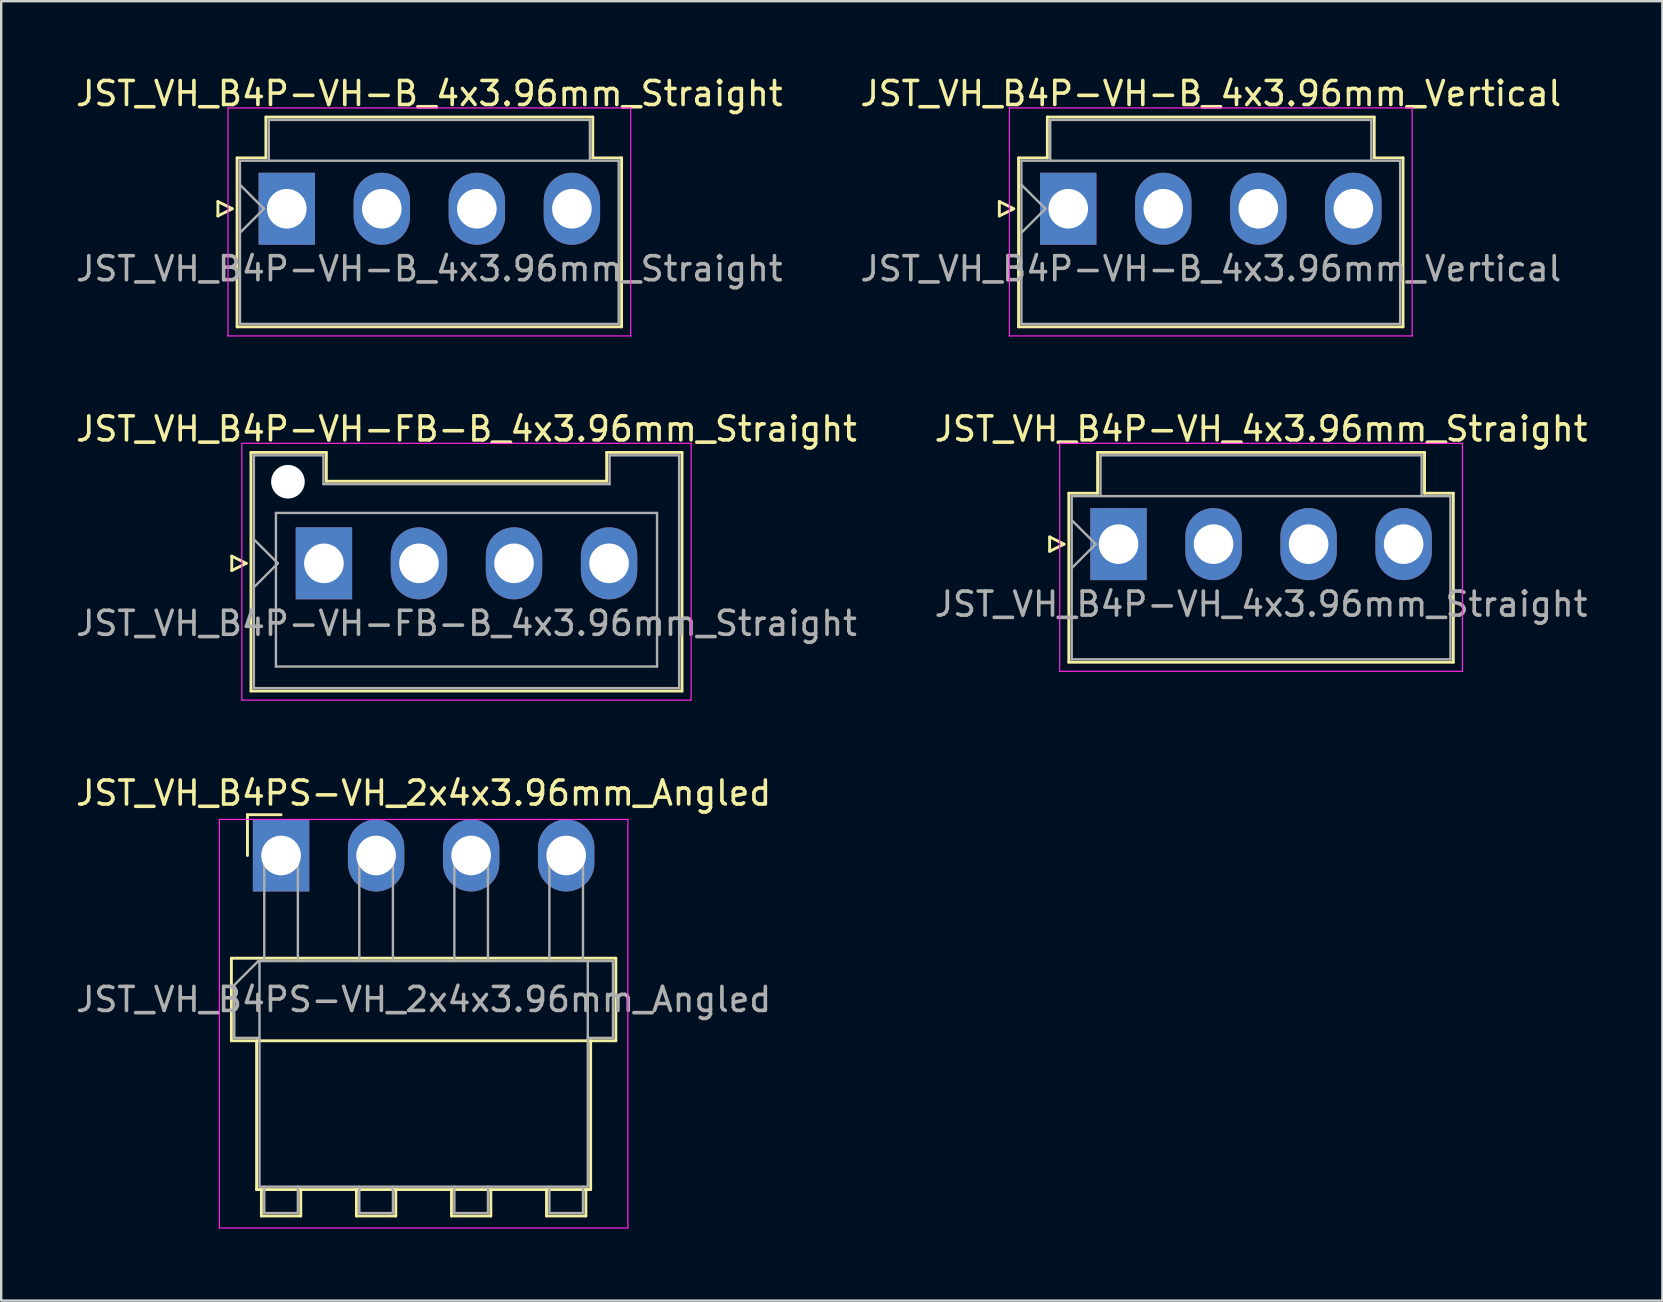
<source format=kicad_pcb>
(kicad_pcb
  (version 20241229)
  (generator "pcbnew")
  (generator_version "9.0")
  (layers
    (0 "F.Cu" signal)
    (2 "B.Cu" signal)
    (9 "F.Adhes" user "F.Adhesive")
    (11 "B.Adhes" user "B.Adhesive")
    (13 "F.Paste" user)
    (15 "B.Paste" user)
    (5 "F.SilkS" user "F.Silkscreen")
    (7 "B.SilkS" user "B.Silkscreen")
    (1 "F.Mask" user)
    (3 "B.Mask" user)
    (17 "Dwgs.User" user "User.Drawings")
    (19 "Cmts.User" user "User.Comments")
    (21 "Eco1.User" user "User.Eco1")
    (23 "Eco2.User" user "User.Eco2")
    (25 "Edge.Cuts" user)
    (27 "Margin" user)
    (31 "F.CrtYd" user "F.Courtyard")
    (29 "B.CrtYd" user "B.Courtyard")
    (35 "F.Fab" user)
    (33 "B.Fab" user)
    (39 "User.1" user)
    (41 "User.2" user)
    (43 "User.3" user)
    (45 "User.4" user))
  (footprint "JST_VH_B4P-VH-B_4x3.96mm_Straight"
    (layer "F.Cu")
    (at 8.899 5.648)
    (property "Reference" "JST_VH_B4P-VH-B_4x3.96mm_Straight" (at 5.94 -4.8 0) (layer "F.SilkS") (effects (font (size 1 1) (thickness 0.15))))
    (attr through_hole)
    (fp_line (start -2.87 -0.3) (end -2.27 0) (stroke (width 0.12) (type solid)) (layer "F.SilkS"))
    (fp_line (start -2.87 0.3) (end -2.87 -0.3) (stroke (width 0.12) (type solid)) (layer "F.SilkS"))
    (fp_line (start -2.27 0) (end -2.87 0.3) (stroke (width 0.12) (type solid)) (layer "F.SilkS"))
    (fp_line (start -2.07 -2.12) (end -0.87 -2.12) (stroke (width 0.12) (type solid)) (layer "F.SilkS"))
    (fp_line (start -2.07 4.92) (end -2.07 -2.12) (stroke (width 0.12) (type solid)) (layer "F.SilkS"))
    (fp_line (start -0.87 -3.82) (end 12.75 -3.82) (stroke (width 0.12) (type solid)) (layer "F.SilkS"))
    (fp_line (start -0.87 -2.12) (end -0.87 -3.82) (stroke (width 0.12) (type solid)) (layer "F.SilkS"))
    (fp_line (start 12.75 -3.82) (end 12.75 -2.12) (stroke (width 0.12) (type solid)) (layer "F.SilkS"))
    (fp_line (start 12.75 -2.12) (end 13.95 -2.12) (stroke (width 0.12) (type solid)) (layer "F.SilkS"))
    (fp_line (start 13.95 -2.12) (end 13.95 4.92) (stroke (width 0.12) (type solid)) (layer "F.SilkS"))
    (fp_line (start 13.95 4.92) (end -2.07 4.92) (stroke (width 0.12) (type solid)) (layer "F.SilkS"))
    (fp_line (start -2.45 -4.2) (end -2.45 5.3) (stroke (width 0.05) (type solid)) (layer "F.CrtYd"))
    (fp_line (start -2.45 5.3) (end 14.33 5.3) (stroke (width 0.05) (type solid)) (layer "F.CrtYd"))
    (fp_line (start 14.33 -4.2) (end -2.45 -4.2) (stroke (width 0.05) (type solid)) (layer "F.CrtYd"))
    (fp_line (start 14.33 5.3) (end 14.33 -4.2) (stroke (width 0.05) (type solid)) (layer "F.CrtYd"))
    (fp_line (start -1.95 -2) (end -1.95 4.8) (stroke (width 0.1) (type solid)) (layer "F.Fab"))
    (fp_line (start -1.95 -1) (end -0.95 0) (stroke (width 0.1) (type solid)) (layer "F.Fab"))
    (fp_line (start -1.95 1) (end -0.95 0) (stroke (width 0.1) (type solid)) (layer "F.Fab"))
    (fp_line (start -1.95 4.8) (end 13.83 4.8) (stroke (width 0.1) (type solid)) (layer "F.Fab"))
    (fp_line (start -0.75 -3.7) (end 12.63 -3.7) (stroke (width 0.1) (type solid)) (layer "F.Fab"))
    (fp_line (start -0.75 -2) (end -0.75 -3.7) (stroke (width 0.1) (type solid)) (layer "F.Fab"))
    (fp_line (start 12.63 -3.7) (end 12.63 -2) (stroke (width 0.1) (type solid)) (layer "F.Fab"))
    (fp_line (start 13.83 -2) (end -1.95 -2) (stroke (width 0.1) (type solid)) (layer "F.Fab"))
    (fp_line (start 13.83 4.8) (end 13.83 -2) (stroke (width 0.1) (type solid)) (layer "F.Fab"))
    (fp_text user "${REFERENCE}" (at 5.94 2.5 0) (layer "F.Fab") (effects (font (size 1 1) (thickness 0.15))))
    (pad "1" thru_hole rect (at 0 0) (size 2.35 3) (drill 1.65) (layers "*.Cu" "*.Mask"))
    (pad "2" thru_hole oval (at 3.96 0) (size 2.35 3) (drill 1.65) (layers "*.Cu" "*.Mask"))
    (pad "3" thru_hole oval (at 7.92 0) (size 2.35 3) (drill 1.65) (layers "*.Cu" "*.Mask"))
    (pad "4" thru_hole oval (at 11.88 0) (size 2.35 3) (drill 1.65) (layers "*.Cu" "*.Mask")))
  (footprint "JST_VH_B4PS-VH_2x4x3.96mm_Angled"
    (layer "F.Cu")
    (at 8.661 32.595)
    (property "Reference" "JST_VH_B4PS-VH_2x4x3.96mm_Angled" (at 5.94 -2.6 0) (layer "F.SilkS") (effects (font (size 1 1) (thickness 0.15))))
    (attr through_hole)
    (fp_line (start -2.07 4.28) (end -2.07 7.72) (stroke (width 0.12) (type solid)) (layer "F.SilkS"))
    (fp_line (start -2.07 7.72) (end 13.95 7.72) (stroke (width 0.12) (type solid)) (layer "F.SilkS"))
    (fp_line (start -1.4 -1.7) (end -1.4 0) (stroke (width 0.12) (type solid)) (layer "F.SilkS"))
    (fp_line (start -1.02 7.72) (end -1.02 13.92) (stroke (width 0.12) (type solid)) (layer "F.SilkS"))
    (fp_line (start -1.02 13.92) (end 12.9 13.92) (stroke (width 0.12) (type solid)) (layer "F.SilkS"))
    (fp_line (start -0.82 13.92) (end -0.82 15.02) (stroke (width 0.12) (type solid)) (layer "F.SilkS"))
    (fp_line (start -0.82 15.02) (end 0.82 15.02) (stroke (width 0.12) (type solid)) (layer "F.SilkS"))
    (fp_line (start 0 -1.7) (end -1.4 -1.7) (stroke (width 0.12) (type solid)) (layer "F.SilkS"))
    (fp_line (start 0.82 15.02) (end 0.82 13.92) (stroke (width 0.12) (type solid)) (layer "F.SilkS"))
    (fp_line (start 3.14 13.92) (end 3.14 15.02) (stroke (width 0.12) (type solid)) (layer "F.SilkS"))
    (fp_line (start 3.14 15.02) (end 4.78 15.02) (stroke (width 0.12) (type solid)) (layer "F.SilkS"))
    (fp_line (start 4.78 15.02) (end 4.78 13.92) (stroke (width 0.12) (type solid)) (layer "F.SilkS"))
    (fp_line (start 7.1 13.92) (end 7.1 15.02) (stroke (width 0.12) (type solid)) (layer "F.SilkS"))
    (fp_line (start 7.1 15.02) (end 8.74 15.02) (stroke (width 0.12) (type solid)) (layer "F.SilkS"))
    (fp_line (start 8.74 15.02) (end 8.74 13.92) (stroke (width 0.12) (type solid)) (layer "F.SilkS"))
    (fp_line (start 11.06 13.92) (end 11.06 15.02) (stroke (width 0.12) (type solid)) (layer "F.SilkS"))
    (fp_line (start 11.06 15.02) (end 12.7 15.02) (stroke (width 0.12) (type solid)) (layer "F.SilkS"))
    (fp_line (start 12.7 15.02) (end 12.7 13.92) (stroke (width 0.12) (type solid)) (layer "F.SilkS"))
    (fp_line (start 12.9 13.92) (end 12.9 7.72) (stroke (width 0.12) (type solid)) (layer "F.SilkS"))
    (fp_line (start 13.95 4.28) (end -2.07 4.28) (stroke (width 0.12) (type solid)) (layer "F.SilkS"))
    (fp_line (start 13.95 7.72) (end 13.95 4.28) (stroke (width 0.12) (type solid)) (layer "F.SilkS"))
    (fp_line (start -2.57 -1.5) (end -2.57 15.52) (stroke (width 0.05) (type solid)) (layer "F.CrtYd"))
    (fp_line (start -2.57 15.52) (end 14.45 15.52) (stroke (width 0.05) (type solid)) (layer "F.CrtYd"))
    (fp_line (start 14.45 -1.5) (end -2.57 -1.5) (stroke (width 0.05) (type solid)) (layer "F.CrtYd"))
    (fp_line (start 14.45 15.52) (end 14.45 -1.5) (stroke (width 0.05) (type solid)) (layer "F.CrtYd"))
    (fp_line (start -1.95 5.4) (end -0.95 4.4) (stroke (width 0.1) (type solid)) (layer "F.Fab"))
    (fp_line (start -1.95 7.6) (end -1.95 5.4) (stroke (width 0.1) (type solid)) (layer "F.Fab"))
    (fp_line (start -0.95 4.4) (end -0.9 4.4) (stroke (width 0.1) (type solid)) (layer "F.Fab"))
    (fp_line (start -0.9 4.4) (end -0.9 13.8) (stroke (width 0.1) (type solid)) (layer "F.Fab"))
    (fp_line (start -0.9 7.6) (end -1.95 7.6) (stroke (width 0.1) (type solid)) (layer "F.Fab"))
    (fp_line (start -0.9 13.8) (end 12.78 13.8) (stroke (width 0.1) (type solid)) (layer "F.Fab"))
    (fp_line (start -0.7 0) (end 0.7 0) (stroke (width 0.1) (type solid)) (layer "F.Fab"))
    (fp_line (start -0.7 4.4) (end -0.7 0) (stroke (width 0.1) (type solid)) (layer "F.Fab"))
    (fp_line (start -0.7 13.8) (end -0.7 14.9) (stroke (width 0.1) (type solid)) (layer "F.Fab"))
    (fp_line (start -0.7 14.9) (end 0.7 14.9) (stroke (width 0.1) (type solid)) (layer "F.Fab"))
    (fp_line (start 0.7 0) (end 0.7 4.4) (stroke (width 0.1) (type solid)) (layer "F.Fab"))
    (fp_line (start 0.7 14.9) (end 0.7 13.8) (stroke (width 0.1) (type solid)) (layer "F.Fab"))
    (fp_line (start 3.26 0) (end 4.66 0) (stroke (width 0.1) (type solid)) (layer "F.Fab"))
    (fp_line (start 3.26 4.4) (end 3.26 0) (stroke (width 0.1) (type solid)) (layer "F.Fab"))
    (fp_line (start 3.26 13.8) (end 3.26 14.9) (stroke (width 0.1) (type solid)) (layer "F.Fab"))
    (fp_line (start 3.26 14.9) (end 4.66 14.9) (stroke (width 0.1) (type solid)) (layer "F.Fab"))
    (fp_line (start 4.66 0) (end 4.66 4.4) (stroke (width 0.1) (type solid)) (layer "F.Fab"))
    (fp_line (start 4.66 14.9) (end 4.66 13.8) (stroke (width 0.1) (type solid)) (layer "F.Fab"))
    (fp_line (start 7.22 0) (end 8.62 0) (stroke (width 0.1) (type solid)) (layer "F.Fab"))
    (fp_line (start 7.22 4.4) (end 7.22 0) (stroke (width 0.1) (type solid)) (layer "F.Fab"))
    (fp_line (start 7.22 13.8) (end 7.22 14.9) (stroke (width 0.1) (type solid)) (layer "F.Fab"))
    (fp_line (start 7.22 14.9) (end 8.62 14.9) (stroke (width 0.1) (type solid)) (layer "F.Fab"))
    (fp_line (start 8.62 0) (end 8.62 4.4) (stroke (width 0.1) (type solid)) (layer "F.Fab"))
    (fp_line (start 8.62 14.9) (end 8.62 13.8) (stroke (width 0.1) (type solid)) (layer "F.Fab"))
    (fp_line (start 11.18 0) (end 12.58 0) (stroke (width 0.1) (type solid)) (layer "F.Fab"))
    (fp_line (start 11.18 4.4) (end 11.18 0) (stroke (width 0.1) (type solid)) (layer "F.Fab"))
    (fp_line (start 11.18 13.8) (end 11.18 14.9) (stroke (width 0.1) (type solid)) (layer "F.Fab"))
    (fp_line (start 11.18 14.9) (end 12.58 14.9) (stroke (width 0.1) (type solid)) (layer "F.Fab"))
    (fp_line (start 12.58 0) (end 12.58 4.4) (stroke (width 0.1) (type solid)) (layer "F.Fab"))
    (fp_line (start 12.58 14.9) (end 12.58 13.8) (stroke (width 0.1) (type solid)) (layer "F.Fab"))
    (fp_line (start 12.78 4.4) (end -0.9 4.4) (stroke (width 0.1) (type solid)) (layer "F.Fab"))
    (fp_line (start 12.78 4.4) (end 13.83 4.4) (stroke (width 0.1) (type solid)) (layer "F.Fab"))
    (fp_line (start 12.78 13.8) (end 12.78 4.4) (stroke (width 0.1) (type solid)) (layer "F.Fab"))
    (fp_line (start 13.83 4.4) (end 13.83 7.6) (stroke (width 0.1) (type solid)) (layer "F.Fab"))
    (fp_line (start 13.83 7.6) (end 12.78 7.6) (stroke (width 0.1) (type solid)) (layer "F.Fab"))
    (fp_text user "${REFERENCE}" (at 5.94 6 0) (layer "F.Fab") (effects (font (size 1 1) (thickness 0.15))))
    (pad "1" thru_hole rect (at 0 0) (size 2.35 3) (drill 1.65) (layers "*.Cu" "*.Mask"))
    (pad "2" thru_hole oval (at 3.96 0) (size 2.35 3) (drill 1.65) (layers "*.Cu" "*.Mask"))
    (pad "3" thru_hole oval (at 7.92 0) (size 2.35 3) (drill 1.65) (layers "*.Cu" "*.Mask"))
    (pad "4" thru_hole oval (at 11.88 0) (size 2.35 3) (drill 1.65) (layers "*.Cu" "*.Mask")))
  (footprint "JST_VH_B4P-VH_4x3.96mm_Straight"
    (layer "F.Cu")
    (at 43.554 19.622)
    (property "Reference" "JST_VH_B4P-VH_4x3.96mm_Straight" (at 5.94 -4.8 0) (layer "F.SilkS") (effects (font (size 1 1) (thickness 0.15))))
    (attr through_hole)
    (fp_line (start -2.87 -0.3) (end -2.27 0) (stroke (width 0.12) (type solid)) (layer "F.SilkS"))
    (fp_line (start -2.87 0.3) (end -2.87 -0.3) (stroke (width 0.12) (type solid)) (layer "F.SilkS"))
    (fp_line (start -2.27 0) (end -2.87 0.3) (stroke (width 0.12) (type solid)) (layer "F.SilkS"))
    (fp_line (start -2.07 -2.12) (end -0.87 -2.12) (stroke (width 0.12) (type solid)) (layer "F.SilkS"))
    (fp_line (start -2.07 4.92) (end -2.07 -2.12) (stroke (width 0.12) (type solid)) (layer "F.SilkS"))
    (fp_line (start -0.87 -3.82) (end 12.75 -3.82) (stroke (width 0.12) (type solid)) (layer "F.SilkS"))
    (fp_line (start -0.87 -2.12) (end -0.87 -3.82) (stroke (width 0.12) (type solid)) (layer "F.SilkS"))
    (fp_line (start 12.75 -3.82) (end 12.75 -2.12) (stroke (width 0.12) (type solid)) (layer "F.SilkS"))
    (fp_line (start 12.75 -2.12) (end 13.95 -2.12) (stroke (width 0.12) (type solid)) (layer "F.SilkS"))
    (fp_line (start 13.95 -2.12) (end 13.95 4.92) (stroke (width 0.12) (type solid)) (layer "F.SilkS"))
    (fp_line (start 13.95 4.92) (end -2.07 4.92) (stroke (width 0.12) (type solid)) (layer "F.SilkS"))
    (fp_line (start -2.45 -4.2) (end -2.45 5.3) (stroke (width 0.05) (type solid)) (layer "F.CrtYd"))
    (fp_line (start -2.45 5.3) (end 14.33 5.3) (stroke (width 0.05) (type solid)) (layer "F.CrtYd"))
    (fp_line (start 14.33 -4.2) (end -2.45 -4.2) (stroke (width 0.05) (type solid)) (layer "F.CrtYd"))
    (fp_line (start 14.33 5.3) (end 14.33 -4.2) (stroke (width 0.05) (type solid)) (layer "F.CrtYd"))
    (fp_line (start -1.95 -2) (end -1.95 4.8) (stroke (width 0.1) (type solid)) (layer "F.Fab"))
    (fp_line (start -1.95 -1) (end -0.95 0) (stroke (width 0.1) (type solid)) (layer "F.Fab"))
    (fp_line (start -1.95 1) (end -0.95 0) (stroke (width 0.1) (type solid)) (layer "F.Fab"))
    (fp_line (start -1.95 4.8) (end 13.83 4.8) (stroke (width 0.1) (type solid)) (layer "F.Fab"))
    (fp_line (start -0.75 -3.7) (end 12.63 -3.7) (stroke (width 0.1) (type solid)) (layer "F.Fab"))
    (fp_line (start -0.75 -2) (end -0.75 -3.7) (stroke (width 0.1) (type solid)) (layer "F.Fab"))
    (fp_line (start 12.63 -3.7) (end 12.63 -2) (stroke (width 0.1) (type solid)) (layer "F.Fab"))
    (fp_line (start 13.83 -2) (end -1.95 -2) (stroke (width 0.1) (type solid)) (layer "F.Fab"))
    (fp_line (start 13.83 4.8) (end 13.83 -2) (stroke (width 0.1) (type solid)) (layer "F.Fab"))
    (fp_text user "${REFERENCE}" (at 5.94 2.5 0) (layer "F.Fab") (effects (font (size 1 1) (thickness 0.15))))
    (pad "1" thru_hole rect (at 0 0) (size 2.35 3) (drill 1.65) (layers "*.Cu" "*.Mask"))
    (pad "2" thru_hole oval (at 3.96 0) (size 2.35 3) (drill 1.65) (layers "*.Cu" "*.Mask"))
    (pad "3" thru_hole oval (at 7.92 0) (size 2.35 3) (drill 1.65) (layers "*.Cu" "*.Mask"))
    (pad "4" thru_hole oval (at 11.88 0) (size 2.35 3) (drill 1.65) (layers "*.Cu" "*.Mask")))
  (footprint "JST_VH_B4P-VH-FB-B_4x3.96mm_Straight"
    (layer "F.Cu")
    (at 10.447 20.422)
    (property "Reference" "JST_VH_B4P-VH-FB-B_4x3.96mm_Straight" (at 5.94 -5.6 0) (layer "F.SilkS") (effects (font (size 1 1) (thickness 0.15))))
    (attr through_hole)
    (fp_line (start -3.84 -0.3) (end -3.24 0) (stroke (width 0.12) (type solid)) (layer "F.SilkS"))
    (fp_line (start -3.84 0.3) (end -3.84 -0.3) (stroke (width 0.12) (type solid)) (layer "F.SilkS"))
    (fp_line (start -3.24 0) (end -3.84 0.3) (stroke (width 0.12) (type solid)) (layer "F.SilkS"))
    (fp_line (start -3.04 -4.62) (end 0.1 -4.62) (stroke (width 0.12) (type solid)) (layer "F.SilkS"))
    (fp_line (start -3.04 5.32) (end -3.04 -4.62) (stroke (width 0.12) (type solid)) (layer "F.SilkS"))
    (fp_line (start 0.1 -4.62) (end 0.1 -3.42) (stroke (width 0.12) (type solid)) (layer "F.SilkS"))
    (fp_line (start 0.1 -3.42) (end 11.78 -3.42) (stroke (width 0.12) (type solid)) (layer "F.SilkS"))
    (fp_line (start 11.78 -4.62) (end 14.92 -4.62) (stroke (width 0.12) (type solid)) (layer "F.SilkS"))
    (fp_line (start 11.78 -3.42) (end 11.78 -4.62) (stroke (width 0.12) (type solid)) (layer "F.SilkS"))
    (fp_line (start 14.92 -4.62) (end 14.92 5.32) (stroke (width 0.12) (type solid)) (layer "F.SilkS"))
    (fp_line (start 14.92 5.32) (end -3.04 5.32) (stroke (width 0.12) (type solid)) (layer "F.SilkS"))
    (fp_line (start -3.42 -5) (end -3.42 5.7) (stroke (width 0.05) (type solid)) (layer "F.CrtYd"))
    (fp_line (start -3.42 5.7) (end 15.3 5.7) (stroke (width 0.05) (type solid)) (layer "F.CrtYd"))
    (fp_line (start 15.3 -5) (end -3.42 -5) (stroke (width 0.05) (type solid)) (layer "F.CrtYd"))
    (fp_line (start 15.3 5.7) (end 15.3 -5) (stroke (width 0.05) (type solid)) (layer "F.CrtYd"))
    (fp_line (start -2.92 -4.5) (end -0.02 -4.5) (stroke (width 0.1) (type solid)) (layer "F.Fab"))
    (fp_line (start -2.92 -1) (end -1.92 0) (stroke (width 0.1) (type solid)) (layer "F.Fab"))
    (fp_line (start -2.92 1) (end -1.92 0) (stroke (width 0.1) (type solid)) (layer "F.Fab"))
    (fp_line (start -2.92 5.2) (end -2.92 -4.5) (stroke (width 0.1) (type solid)) (layer "F.Fab"))
    (fp_line (start -2 -2.1) (end 13.88 -2.1) (stroke (width 0.1) (type solid)) (layer "F.Fab"))
    (fp_line (start -2 4.3) (end -2 -2.1) (stroke (width 0.1) (type solid)) (layer "F.Fab"))
    (fp_line (start -0.02 -4.5) (end -0.02 -3.3) (stroke (width 0.1) (type solid)) (layer "F.Fab"))
    (fp_line (start -0.02 -3.3) (end 11.9 -3.3) (stroke (width 0.1) (type solid)) (layer "F.Fab"))
    (fp_line (start 11.9 -4.5) (end 14.8 -4.5) (stroke (width 0.1) (type solid)) (layer "F.Fab"))
    (fp_line (start 11.9 -3.3) (end 11.9 -4.5) (stroke (width 0.1) (type solid)) (layer "F.Fab"))
    (fp_line (start 13.88 -2.1) (end 13.88 4.3) (stroke (width 0.1) (type solid)) (layer "F.Fab"))
    (fp_line (start 13.88 4.3) (end -2 4.3) (stroke (width 0.1) (type solid)) (layer "F.Fab"))
    (fp_line (start 14.8 -4.5) (end 14.8 5.2) (stroke (width 0.1) (type solid)) (layer "F.Fab"))
    (fp_line (start 14.8 5.2) (end -2.92 5.2) (stroke (width 0.1) (type solid)) (layer "F.Fab"))
    (fp_text user "${REFERENCE}" (at 5.94 2.5 0) (layer "F.Fab") (effects (font (size 1 1) (thickness 0.15))))
    (pad "" np_thru_hole circle (at -1.5 -3.4) (size 1.4 1.4) (drill 1.4) (layers "*.Cu" "*.Mask"))
    (pad "1" thru_hole rect (at 0 0) (size 2.35 3) (drill 1.65) (layers "*.Cu" "*.Mask"))
    (pad "2" thru_hole oval (at 3.96 0) (size 2.35 3) (drill 1.65) (layers "*.Cu" "*.Mask"))
    (pad "3" thru_hole oval (at 7.92 0) (size 2.35 3) (drill 1.65) (layers "*.Cu" "*.Mask"))
    (pad "4" thru_hole oval (at 11.88 0) (size 2.35 3) (drill 1.65) (layers "*.Cu" "*.Mask")))
  (footprint "JST_VH_B4P-VH-B_4x3.96mm_Vertical"
    (layer "F.Cu")
    (at 41.459 5.648)
    (property "Reference" "JST_VH_B4P-VH-B_4x3.96mm_Vertical" (at 5.94 -4.8 0) (layer "F.SilkS") (effects (font (size 1 1) (thickness 0.15))))
    (attr through_hole)
    (fp_line (start -2.87 -0.3) (end -2.27 0) (stroke (width 0.12) (type solid)) (layer "F.SilkS"))
    (fp_line (start -2.87 0.3) (end -2.87 -0.3) (stroke (width 0.12) (type solid)) (layer "F.SilkS"))
    (fp_line (start -2.27 0) (end -2.87 0.3) (stroke (width 0.12) (type solid)) (layer "F.SilkS"))
    (fp_line (start -2.07 -2.12) (end -0.87 -2.12) (stroke (width 0.12) (type solid)) (layer "F.SilkS"))
    (fp_line (start -2.07 4.92) (end -2.07 -2.12) (stroke (width 0.12) (type solid)) (layer "F.SilkS"))
    (fp_line (start -0.87 -3.82) (end 12.75 -3.82) (stroke (width 0.12) (type solid)) (layer "F.SilkS"))
    (fp_line (start -0.87 -2.12) (end -0.87 -3.82) (stroke (width 0.12) (type solid)) (layer "F.SilkS"))
    (fp_line (start 12.75 -3.82) (end 12.75 -2.12) (stroke (width 0.12) (type solid)) (layer "F.SilkS"))
    (fp_line (start 12.75 -2.12) (end 13.95 -2.12) (stroke (width 0.12) (type solid)) (layer "F.SilkS"))
    (fp_line (start 13.95 -2.12) (end 13.95 4.92) (stroke (width 0.12) (type solid)) (layer "F.SilkS"))
    (fp_line (start 13.95 4.92) (end -2.07 4.92) (stroke (width 0.12) (type solid)) (layer "F.SilkS"))
    (fp_line (start -2.45 -4.2) (end -2.45 5.3) (stroke (width 0.05) (type solid)) (layer "F.CrtYd"))
    (fp_line (start -2.45 5.3) (end 14.33 5.3) (stroke (width 0.05) (type solid)) (layer "F.CrtYd"))
    (fp_line (start 14.33 -4.2) (end -2.45 -4.2) (stroke (width 0.05) (type solid)) (layer "F.CrtYd"))
    (fp_line (start 14.33 5.3) (end 14.33 -4.2) (stroke (width 0.05) (type solid)) (layer "F.CrtYd"))
    (fp_line (start -1.95 -2) (end -1.95 4.8) (stroke (width 0.1) (type solid)) (layer "F.Fab"))
    (fp_line (start -1.95 -1) (end -0.95 0) (stroke (width 0.1) (type solid)) (layer "F.Fab"))
    (fp_line (start -1.95 1) (end -0.95 0) (stroke (width 0.1) (type solid)) (layer "F.Fab"))
    (fp_line (start -1.95 4.8) (end 13.83 4.8) (stroke (width 0.1) (type solid)) (layer "F.Fab"))
    (fp_line (start -0.75 -3.7) (end 12.63 -3.7) (stroke (width 0.1) (type solid)) (layer "F.Fab"))
    (fp_line (start -0.75 -2) (end -0.75 -3.7) (stroke (width 0.1) (type solid)) (layer "F.Fab"))
    (fp_line (start 12.63 -3.7) (end 12.63 -2) (stroke (width 0.1) (type solid)) (layer "F.Fab"))
    (fp_line (start 13.83 -2) (end -1.95 -2) (stroke (width 0.1) (type solid)) (layer "F.Fab"))
    (fp_line (start 13.83 4.8) (end 13.83 -2) (stroke (width 0.1) (type solid)) (layer "F.Fab"))
    (fp_text user "${REFERENCE}" (at 5.94 2.5 0) (layer "F.Fab") (effects (font (size 1 1) (thickness 0.15))))
    (pad "1" thru_hole rect (at 0 0) (size 2.35 3) (drill 1.65) (layers "*.Cu" "*.Mask"))
    (pad "2" thru_hole oval (at 3.96 0) (size 2.35 3) (drill 1.65) (layers "*.Cu" "*.Mask"))
    (pad "3" thru_hole oval (at 7.92 0) (size 2.35 3) (drill 1.65) (layers "*.Cu" "*.Mask"))
    (pad "4" thru_hole oval (at 11.88 0) (size 2.35 3) (drill 1.65) (layers "*.Cu" "*.Mask")))
  (gr_rect
    (start -3 -3)
    (end 66.214 51.14)
    (stroke (width 0.1) (type default))
    (fill no)
    (layer "Edge.Cuts")))
</source>
